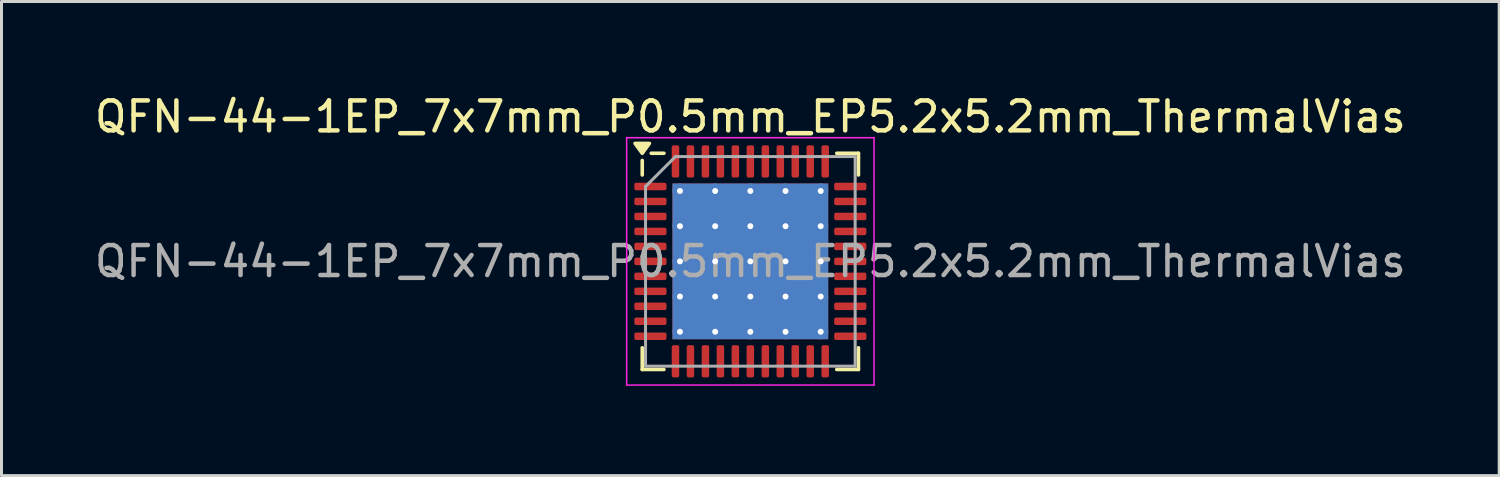
<source format=kicad_pcb>
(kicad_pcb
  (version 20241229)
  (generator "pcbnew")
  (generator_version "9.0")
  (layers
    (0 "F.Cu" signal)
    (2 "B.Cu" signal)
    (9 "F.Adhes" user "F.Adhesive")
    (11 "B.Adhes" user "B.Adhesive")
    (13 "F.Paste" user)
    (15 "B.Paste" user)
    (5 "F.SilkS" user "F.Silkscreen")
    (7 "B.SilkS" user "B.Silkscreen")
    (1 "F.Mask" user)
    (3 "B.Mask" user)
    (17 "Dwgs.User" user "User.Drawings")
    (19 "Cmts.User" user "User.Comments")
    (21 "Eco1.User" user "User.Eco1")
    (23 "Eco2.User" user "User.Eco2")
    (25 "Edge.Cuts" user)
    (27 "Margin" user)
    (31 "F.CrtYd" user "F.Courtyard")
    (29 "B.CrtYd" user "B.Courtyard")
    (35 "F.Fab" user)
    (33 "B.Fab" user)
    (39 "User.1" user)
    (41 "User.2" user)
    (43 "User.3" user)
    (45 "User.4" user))
  (footprint "QFN-44-1EP_7x7mm_P0.5mm_EP5.2x5.2mm_ThermalVias"
    (layer "F.Cu")
    (at 22.006 5.678)
    (property "Reference" "QFN-44-1EP_7x7mm_P0.5mm_EP5.2x5.2mm_ThermalVias" (at 0 -4.83 0) (layer "F.SilkS") (effects (font (size 1 1) (thickness 0.15))))
    (attr smd)
    (fp_line (start -3.61 -2.885) (end -3.61 -3.37) (stroke (width 0.12) (type solid)) (layer "F.SilkS"))
    (fp_line (start -3.61 3.61) (end -3.61 2.885) (stroke (width 0.12) (type solid)) (layer "F.SilkS"))
    (fp_line (start -2.885 -3.61) (end -3.31 -3.61) (stroke (width 0.12) (type solid)) (layer "F.SilkS"))
    (fp_line (start -2.885 3.61) (end -3.61 3.61) (stroke (width 0.12) (type solid)) (layer "F.SilkS"))
    (fp_line (start 2.885 -3.61) (end 3.61 -3.61) (stroke (width 0.12) (type solid)) (layer "F.SilkS"))
    (fp_line (start 2.885 3.61) (end 3.61 3.61) (stroke (width 0.12) (type solid)) (layer "F.SilkS"))
    (fp_line (start 3.61 -3.61) (end 3.61 -2.885) (stroke (width 0.12) (type solid)) (layer "F.SilkS"))
    (fp_line (start 3.61 3.61) (end 3.61 2.885) (stroke (width 0.12) (type solid)) (layer "F.SilkS"))
    (fp_poly (pts (xy -3.61 -3.61) (xy -3.85 -3.94) (xy -3.37 -3.94) (xy -3.61 -3.61)) (stroke (width 0.12) (type solid)) (fill yes) (layer "F.SilkS"))
    (fp_line (start -4.13 -4.13) (end -4.13 4.13) (stroke (width 0.05) (type solid)) (layer "F.CrtYd"))
    (fp_line (start -4.13 4.13) (end 4.13 4.13) (stroke (width 0.05) (type solid)) (layer "F.CrtYd"))
    (fp_line (start 4.13 -4.13) (end -4.13 -4.13) (stroke (width 0.05) (type solid)) (layer "F.CrtYd"))
    (fp_line (start 4.13 4.13) (end 4.13 -4.13) (stroke (width 0.05) (type solid)) (layer "F.CrtYd"))
    (fp_line (start -3.5 -2.5) (end -2.5 -3.5) (stroke (width 0.1) (type solid)) (layer "F.Fab"))
    (fp_line (start -3.5 3.5) (end -3.5 -2.5) (stroke (width 0.1) (type solid)) (layer "F.Fab"))
    (fp_line (start -2.5 -3.5) (end 3.5 -3.5) (stroke (width 0.1) (type solid)) (layer "F.Fab"))
    (fp_line (start 3.5 -3.5) (end 3.5 3.5) (stroke (width 0.1) (type solid)) (layer "F.Fab"))
    (fp_line (start 3.5 3.5) (end -3.5 3.5) (stroke (width 0.1) (type solid)) (layer "F.Fab"))
    (fp_text user "${REFERENCE}" (at 0 0 0) (layer "F.Fab") (effects (font (size 1 1) (thickness 0.15))))
    (pad "" smd roundrect (at -1.762 -1.762) (size 1.007 1.007) (layers "F.Paste") (roundrect_rratio 0.248))
    (pad "" smd roundrect (at -1.762 -0.588) (size 1.007 1.007) (layers "F.Paste") (roundrect_rratio 0.248))
    (pad "" smd roundrect (at -1.762 0.588) (size 1.007 1.007) (layers "F.Paste") (roundrect_rratio 0.248))
    (pad "" smd roundrect (at -1.762 1.762) (size 1.007 1.007) (layers "F.Paste") (roundrect_rratio 0.248))
    (pad "" smd roundrect (at -0.588 -1.762) (size 1.007 1.007) (layers "F.Paste") (roundrect_rratio 0.248))
    (pad "" smd roundrect (at -0.588 -0.588) (size 1.007 1.007) (layers "F.Paste") (roundrect_rratio 0.248))
    (pad "" smd roundrect (at -0.588 0.588) (size 1.007 1.007) (layers "F.Paste") (roundrect_rratio 0.248))
    (pad "" smd roundrect (at -0.588 1.762) (size 1.007 1.007) (layers "F.Paste") (roundrect_rratio 0.248))
    (pad "" smd roundrect (at 0.588 -1.762) (size 1.007 1.007) (layers "F.Paste") (roundrect_rratio 0.248))
    (pad "" smd roundrect (at 0.588 -0.588) (size 1.007 1.007) (layers "F.Paste") (roundrect_rratio 0.248))
    (pad "" smd roundrect (at 0.588 0.588) (size 1.007 1.007) (layers "F.Paste") (roundrect_rratio 0.248))
    (pad "" smd roundrect (at 0.588 1.762) (size 1.007 1.007) (layers "F.Paste") (roundrect_rratio 0.248))
    (pad "" smd roundrect (at 1.762 -1.762) (size 1.007 1.007) (layers "F.Paste") (roundrect_rratio 0.248))
    (pad "" smd roundrect (at 1.762 -0.588) (size 1.007 1.007) (layers "F.Paste") (roundrect_rratio 0.248))
    (pad "" smd roundrect (at 1.762 0.588) (size 1.007 1.007) (layers "F.Paste") (roundrect_rratio 0.248))
    (pad "" smd roundrect (at 1.762 1.762) (size 1.007 1.007) (layers "F.Paste") (roundrect_rratio 0.248))
    (pad "1" smd roundrect (at -3.337 -2.5) (size 1.075 0.25) (layers "F.Cu" "F.Mask" "F.Paste") (roundrect_rratio 0.25))
    (pad "2" smd roundrect (at -3.337 -2) (size 1.075 0.25) (layers "F.Cu" "F.Mask" "F.Paste") (roundrect_rratio 0.25))
    (pad "3" smd roundrect (at -3.337 -1.5) (size 1.075 0.25) (layers "F.Cu" "F.Mask" "F.Paste") (roundrect_rratio 0.25))
    (pad "4" smd roundrect (at -3.337 -1) (size 1.075 0.25) (layers "F.Cu" "F.Mask" "F.Paste") (roundrect_rratio 0.25))
    (pad "5" smd roundrect (at -3.337 -0.5) (size 1.075 0.25) (layers "F.Cu" "F.Mask" "F.Paste") (roundrect_rratio 0.25))
    (pad "6" smd roundrect (at -3.337 0) (size 1.075 0.25) (layers "F.Cu" "F.Mask" "F.Paste") (roundrect_rratio 0.25))
    (pad "7" smd roundrect (at -3.337 0.5) (size 1.075 0.25) (layers "F.Cu" "F.Mask" "F.Paste") (roundrect_rratio 0.25))
    (pad "8" smd roundrect (at -3.337 1) (size 1.075 0.25) (layers "F.Cu" "F.Mask" "F.Paste") (roundrect_rratio 0.25))
    (pad "9" smd roundrect (at -3.337 1.5) (size 1.075 0.25) (layers "F.Cu" "F.Mask" "F.Paste") (roundrect_rratio 0.25))
    (pad "10" smd roundrect (at -3.337 2) (size 1.075 0.25) (layers "F.Cu" "F.Mask" "F.Paste") (roundrect_rratio 0.25))
    (pad "11" smd roundrect (at -3.337 2.5) (size 1.075 0.25) (layers "F.Cu" "F.Mask" "F.Paste") (roundrect_rratio 0.25))
    (pad "12" smd roundrect (at -2.5 3.337) (size 0.25 1.075) (layers "F.Cu" "F.Mask" "F.Paste") (roundrect_rratio 0.25))
    (pad "13" smd roundrect (at -2 3.337) (size 0.25 1.075) (layers "F.Cu" "F.Mask" "F.Paste") (roundrect_rratio 0.25))
    (pad "14" smd roundrect (at -1.5 3.337) (size 0.25 1.075) (layers "F.Cu" "F.Mask" "F.Paste") (roundrect_rratio 0.25))
    (pad "15" smd roundrect (at -1 3.337) (size 0.25 1.075) (layers "F.Cu" "F.Mask" "F.Paste") (roundrect_rratio 0.25))
    (pad "16" smd roundrect (at -0.5 3.337) (size 0.25 1.075) (layers "F.Cu" "F.Mask" "F.Paste") (roundrect_rratio 0.25))
    (pad "17" smd roundrect (at 0 3.337) (size 0.25 1.075) (layers "F.Cu" "F.Mask" "F.Paste") (roundrect_rratio 0.25))
    (pad "18" smd roundrect (at 0.5 3.337) (size 0.25 1.075) (layers "F.Cu" "F.Mask" "F.Paste") (roundrect_rratio 0.25))
    (pad "19" smd roundrect (at 1 3.337) (size 0.25 1.075) (layers "F.Cu" "F.Mask" "F.Paste") (roundrect_rratio 0.25))
    (pad "20" smd roundrect (at 1.5 3.337) (size 0.25 1.075) (layers "F.Cu" "F.Mask" "F.Paste") (roundrect_rratio 0.25))
    (pad "21" smd roundrect (at 2 3.337) (size 0.25 1.075) (layers "F.Cu" "F.Mask" "F.Paste") (roundrect_rratio 0.25))
    (pad "22" smd roundrect (at 2.5 3.337) (size 0.25 1.075) (layers "F.Cu" "F.Mask" "F.Paste") (roundrect_rratio 0.25))
    (pad "23" smd roundrect (at 3.337 2.5) (size 1.075 0.25) (layers "F.Cu" "F.Mask" "F.Paste") (roundrect_rratio 0.25))
    (pad "24" smd roundrect (at 3.337 2) (size 1.075 0.25) (layers "F.Cu" "F.Mask" "F.Paste") (roundrect_rratio 0.25))
    (pad "25" smd roundrect (at 3.337 1.5) (size 1.075 0.25) (layers "F.Cu" "F.Mask" "F.Paste") (roundrect_rratio 0.25))
    (pad "26" smd roundrect (at 3.337 1) (size 1.075 0.25) (layers "F.Cu" "F.Mask" "F.Paste") (roundrect_rratio 0.25))
    (pad "27" smd roundrect (at 3.337 0.5) (size 1.075 0.25) (layers "F.Cu" "F.Mask" "F.Paste") (roundrect_rratio 0.25))
    (pad "28" smd roundrect (at 3.337 0) (size 1.075 0.25) (layers "F.Cu" "F.Mask" "F.Paste") (roundrect_rratio 0.25))
    (pad "29" smd roundrect (at 3.337 -0.5) (size 1.075 0.25) (layers "F.Cu" "F.Mask" "F.Paste") (roundrect_rratio 0.25))
    (pad "30" smd roundrect (at 3.337 -1) (size 1.075 0.25) (layers "F.Cu" "F.Mask" "F.Paste") (roundrect_rratio 0.25))
    (pad "31" smd roundrect (at 3.337 -1.5) (size 1.075 0.25) (layers "F.Cu" "F.Mask" "F.Paste") (roundrect_rratio 0.25))
    (pad "32" smd roundrect (at 3.337 -2) (size 1.075 0.25) (layers "F.Cu" "F.Mask" "F.Paste") (roundrect_rratio 0.25))
    (pad "33" smd roundrect (at 3.337 -2.5) (size 1.075 0.25) (layers "F.Cu" "F.Mask" "F.Paste") (roundrect_rratio 0.25))
    (pad "34" smd roundrect (at 2.5 -3.337) (size 0.25 1.075) (layers "F.Cu" "F.Mask" "F.Paste") (roundrect_rratio 0.25))
    (pad "35" smd roundrect (at 2 -3.337) (size 0.25 1.075) (layers "F.Cu" "F.Mask" "F.Paste") (roundrect_rratio 0.25))
    (pad "36" smd roundrect (at 1.5 -3.337) (size 0.25 1.075) (layers "F.Cu" "F.Mask" "F.Paste") (roundrect_rratio 0.25))
    (pad "37" smd roundrect (at 1 -3.337) (size 0.25 1.075) (layers "F.Cu" "F.Mask" "F.Paste") (roundrect_rratio 0.25))
    (pad "38" smd roundrect (at 0.5 -3.337) (size 0.25 1.075) (layers "F.Cu" "F.Mask" "F.Paste") (roundrect_rratio 0.25))
    (pad "39" smd roundrect (at 0 -3.337) (size 0.25 1.075) (layers "F.Cu" "F.Mask" "F.Paste") (roundrect_rratio 0.25))
    (pad "40" smd roundrect (at -0.5 -3.337) (size 0.25 1.075) (layers "F.Cu" "F.Mask" "F.Paste") (roundrect_rratio 0.25))
    (pad "41" smd roundrect (at -1 -3.337) (size 0.25 1.075) (layers "F.Cu" "F.Mask" "F.Paste") (roundrect_rratio 0.25))
    (pad "42" smd roundrect (at -1.5 -3.337) (size 0.25 1.075) (layers "F.Cu" "F.Mask" "F.Paste") (roundrect_rratio 0.25))
    (pad "43" smd roundrect (at -2 -3.337) (size 0.25 1.075) (layers "F.Cu" "F.Mask" "F.Paste") (roundrect_rratio 0.25))
    (pad "44" smd roundrect (at -2.5 -3.337) (size 0.25 1.075) (layers "F.Cu" "F.Mask" "F.Paste") (roundrect_rratio 0.25))
    (pad "45" thru_hole circle (at -2.35 -2.35) (size 0.5 0.5) (drill 0.2) (property pad_prop_heatsink) (layers "*.Cu"))
    (pad "45" thru_hole circle (at -2.35 -1.175) (size 0.5 0.5) (drill 0.2) (property pad_prop_heatsink) (layers "*.Cu"))
    (pad "45" thru_hole circle (at -2.35 0) (size 0.5 0.5) (drill 0.2) (property pad_prop_heatsink) (layers "*.Cu"))
    (pad "45" thru_hole circle (at -2.35 1.175) (size 0.5 0.5) (drill 0.2) (property pad_prop_heatsink) (layers "*.Cu"))
    (pad "45" thru_hole circle (at -2.35 2.35) (size 0.5 0.5) (drill 0.2) (property pad_prop_heatsink) (layers "*.Cu"))
    (pad "45" thru_hole circle (at -1.175 -2.35) (size 0.5 0.5) (drill 0.2) (property pad_prop_heatsink) (layers "*.Cu"))
    (pad "45" thru_hole circle (at -1.175 -1.175) (size 0.5 0.5) (drill 0.2) (property pad_prop_heatsink) (layers "*.Cu"))
    (pad "45" thru_hole circle (at -1.175 0) (size 0.5 0.5) (drill 0.2) (property pad_prop_heatsink) (layers "*.Cu"))
    (pad "45" thru_hole circle (at -1.175 1.175) (size 0.5 0.5) (drill 0.2) (property pad_prop_heatsink) (layers "*.Cu"))
    (pad "45" thru_hole circle (at -1.175 2.35) (size 0.5 0.5) (drill 0.2) (property pad_prop_heatsink) (layers "*.Cu"))
    (pad "45" thru_hole circle (at 0 -2.35) (size 0.5 0.5) (drill 0.2) (property pad_prop_heatsink) (layers "*.Cu"))
    (pad "45" thru_hole circle (at 0 -1.175) (size 0.5 0.5) (drill 0.2) (property pad_prop_heatsink) (layers "*.Cu"))
    (pad "45" thru_hole circle (at 0 0) (size 0.5 0.5) (drill 0.2) (property pad_prop_heatsink) (layers "*.Cu"))
    (pad "45" smd rect (at 0 0) (size 5.2 5.2) (property pad_prop_heatsink) (layers "F.Cu" "F.Mask"))
    (pad "45" smd rect (at 0 0) (size 5.2 5.2) (property pad_prop_heatsink) (layers "B.Cu"))
    (pad "45" thru_hole circle (at 0 1.175) (size 0.5 0.5) (drill 0.2) (property pad_prop_heatsink) (layers "*.Cu"))
    (pad "45" thru_hole circle (at 0 2.35) (size 0.5 0.5) (drill 0.2) (property pad_prop_heatsink) (layers "*.Cu"))
    (pad "45" thru_hole circle (at 1.175 -2.35) (size 0.5 0.5) (drill 0.2) (property pad_prop_heatsink) (layers "*.Cu"))
    (pad "45" thru_hole circle (at 1.175 -1.175) (size 0.5 0.5) (drill 0.2) (property pad_prop_heatsink) (layers "*.Cu"))
    (pad "45" thru_hole circle (at 1.175 0) (size 0.5 0.5) (drill 0.2) (property pad_prop_heatsink) (layers "*.Cu"))
    (pad "45" thru_hole circle (at 1.175 1.175) (size 0.5 0.5) (drill 0.2) (property pad_prop_heatsink) (layers "*.Cu"))
    (pad "45" thru_hole circle (at 1.175 2.35) (size 0.5 0.5) (drill 0.2) (property pad_prop_heatsink) (layers "*.Cu"))
    (pad "45" thru_hole circle (at 2.35 -2.35) (size 0.5 0.5) (drill 0.2) (property pad_prop_heatsink) (layers "*.Cu"))
    (pad "45" thru_hole circle (at 2.35 -1.175) (size 0.5 0.5) (drill 0.2) (property pad_prop_heatsink) (layers "*.Cu"))
    (pad "45" thru_hole circle (at 2.35 0) (size 0.5 0.5) (drill 0.2) (property pad_prop_heatsink) (layers "*.Cu"))
    (pad "45" thru_hole circle (at 2.35 1.175) (size 0.5 0.5) (drill 0.2) (property pad_prop_heatsink) (layers "*.Cu"))
    (pad "45" thru_hole circle (at 2.35 2.35) (size 0.5 0.5) (drill 0.2) (property pad_prop_heatsink) (layers "*.Cu")))
  (gr_rect
    (start -3 -3)
    (end 47.012 12.833)
    (stroke (width 0.1) (type default))
    (fill no)
    (layer "Edge.Cuts")))
</source>
